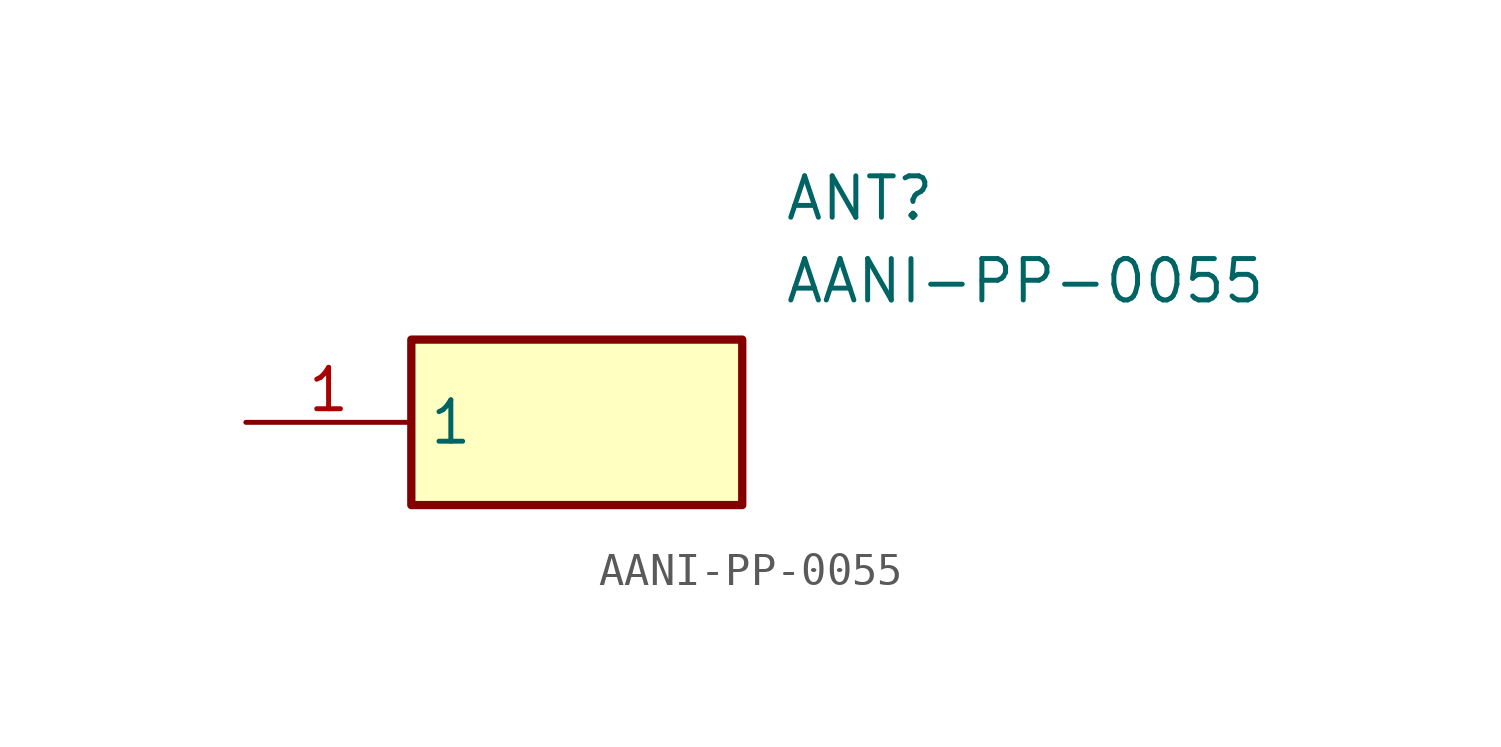
<source format=kicad_sym>
(kicad_symbol_lib
  (version 20211014)
  (generator SamacSys_ECAD_Model)
  (symbol "AANI-PP-0055"
    (property "Reference" "ANT"
      (at 16.51 7.62 0)
      (effects (font (size 1.27 1.27)) (justify left top)))
    (property "Value" "AANI-PP-0055"
      (at 16.51 5.08 0)
      (effects (font (size 1.27 1.27)) (justify left top)))
    (rectangle
      (start 5.08 2.54)
      (end 15.24 -2.54)
      (stroke (width 0.254) (type default))
      (fill (type background)))
    (pin passive line
      (at 0 0 0)
      (length 5.08)
      (name "1" (effects (font (size 1.27 1.27))))
      (number "1" (effects (font (size 1.27 1.27)))))))
</source>
